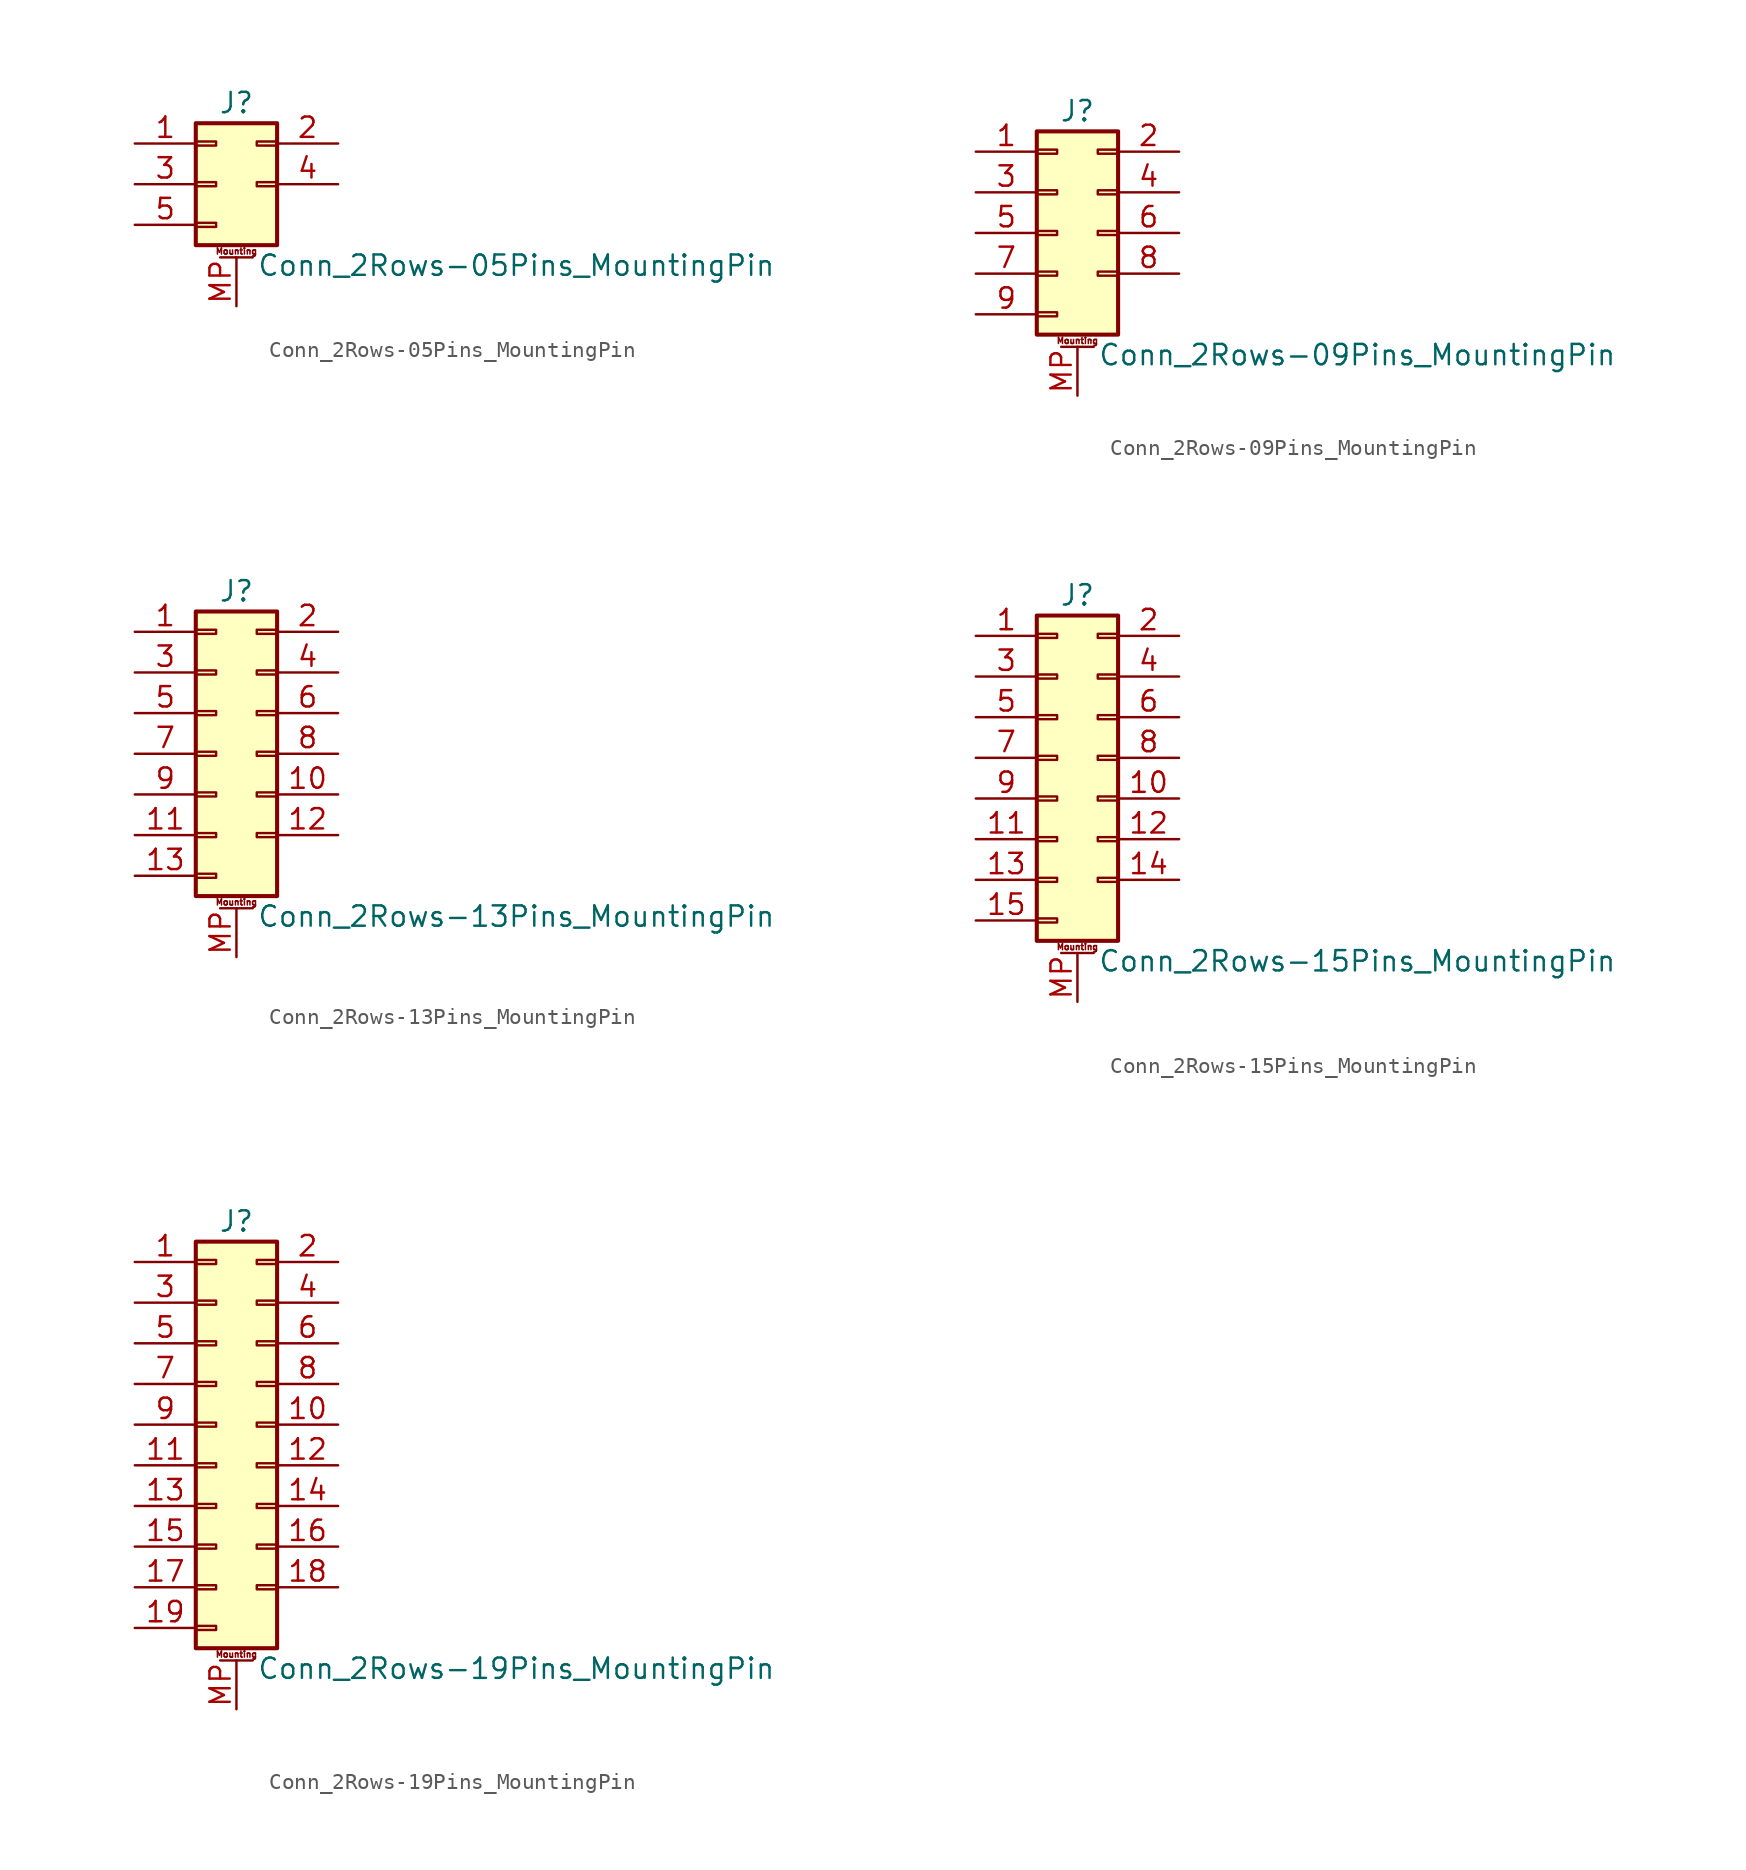
<source format=kicad_sym>
(kicad_symbol_lib
  (version 20201005)
  (generator kicad_symbol_editor)
  (symbol "Conn_2Rows-05Pins_MountingPin"
    (pin_names
      (offset 1.016) hide)
    (property "Reference" "J"
      (at 1.27 5.08 0)
      (effects (font (size 1.27 1.27))))
    (property "Value" "Conn_2Rows-05Pins_MountingPin"
      (at 2.54 -5.08 0)
      (effects (font (size 1.27 1.27)) (justify left)))
    (symbol "Conn_2Rows-05Pins_MountingPin_1_1"
      (text "Mounting" (at 1.27 -4.191 0) (effects (font (size 0.381 0.381))))
      (rectangle (start -1.27 -2.413) (end 0 -2.667) (stroke (width 0.152)) (fill (type none)))
      (rectangle (start -1.27 0.127) (end 0 -0.127) (stroke (width 0.152)) (fill (type none)))
      (rectangle (start -1.27 2.667) (end 0 2.413) (stroke (width 0.152)) (fill (type none)))
      (rectangle (start -1.27 3.81) (end 3.81 -3.81) (stroke (width 0.254)) (fill (type background)))
      (rectangle (start 3.81 0.127) (end 2.54 -0.127) (stroke (width 0.152)) (fill (type none)))
      (rectangle (start 3.81 2.667) (end 2.54 2.413) (stroke (width 0.152)) (fill (type none)))
      (polyline (pts (xy 0.254 -4.572) (xy 2.286 -4.572)) (stroke (width 0.152)) (fill (type none)))
      (pin passive line (at -5.08 2.54 0) (length 3.81) (name "Pin_1" (effects (font (size 1.27 1.27)))) (number "1" (effects (font (size 1.27 1.27)))))
      (pin passive line (at 7.62 2.54 180) (length 3.81) (name "Pin_2" (effects (font (size 1.27 1.27)))) (number "2" (effects (font (size 1.27 1.27)))))
      (pin passive line (at -5.08 0 0) (length 3.81) (name "Pin_3" (effects (font (size 1.27 1.27)))) (number "3" (effects (font (size 1.27 1.27)))))
      (pin passive line (at 7.62 0 180) (length 3.81) (name "Pin_4" (effects (font (size 1.27 1.27)))) (number "4" (effects (font (size 1.27 1.27)))))
      (pin passive line (at -5.08 -2.54 0) (length 3.81) (name "Pin_5" (effects (font (size 1.27 1.27)))) (number "5" (effects (font (size 1.27 1.27)))))
      (pin passive line (at 1.27 -7.62 90) (length 3.048) (name "MountPin" (effects (font (size 1.27 1.27)))) (number "MP" (effects (font (size 1.27 1.27)))))))
  (symbol "Conn_2Rows-09Pins_MountingPin"
    (pin_names
      (offset 1.016) hide)
    (property "Reference" "J"
      (at 1.27 7.62 0)
      (effects (font (size 1.27 1.27))))
    (property "Value" "Conn_2Rows-09Pins_MountingPin"
      (at 2.54 -7.62 0)
      (effects (font (size 1.27 1.27)) (justify left)))
    (symbol "Conn_2Rows-09Pins_MountingPin_1_1"
      (text "Mounting" (at 1.27 -6.731 0) (effects (font (size 0.381 0.381))))
      (rectangle (start -1.27 -4.953) (end 0 -5.207) (stroke (width 0.152)) (fill (type none)))
      (rectangle (start -1.27 -2.413) (end 0 -2.667) (stroke (width 0.152)) (fill (type none)))
      (rectangle (start -1.27 0.127) (end 0 -0.127) (stroke (width 0.152)) (fill (type none)))
      (rectangle (start -1.27 2.667) (end 0 2.413) (stroke (width 0.152)) (fill (type none)))
      (rectangle (start -1.27 5.207) (end 0 4.953) (stroke (width 0.152)) (fill (type none)))
      (rectangle (start -1.27 6.35) (end 3.81 -6.35) (stroke (width 0.254)) (fill (type background)))
      (rectangle (start 3.81 -2.413) (end 2.54 -2.667) (stroke (width 0.152)) (fill (type none)))
      (rectangle (start 3.81 0.127) (end 2.54 -0.127) (stroke (width 0.152)) (fill (type none)))
      (rectangle (start 3.81 2.667) (end 2.54 2.413) (stroke (width 0.152)) (fill (type none)))
      (rectangle (start 3.81 5.207) (end 2.54 4.953) (stroke (width 0.152)) (fill (type none)))
      (polyline (pts (xy 0.254 -7.112) (xy 2.286 -7.112)) (stroke (width 0.152)) (fill (type none)))
      (pin passive line (at -5.08 5.08 0) (length 3.81) (name "Pin_1" (effects (font (size 1.27 1.27)))) (number "1" (effects (font (size 1.27 1.27)))))
      (pin passive line (at 7.62 5.08 180) (length 3.81) (name "Pin_2" (effects (font (size 1.27 1.27)))) (number "2" (effects (font (size 1.27 1.27)))))
      (pin passive line (at -5.08 2.54 0) (length 3.81) (name "Pin_3" (effects (font (size 1.27 1.27)))) (number "3" (effects (font (size 1.27 1.27)))))
      (pin passive line (at 7.62 2.54 180) (length 3.81) (name "Pin_4" (effects (font (size 1.27 1.27)))) (number "4" (effects (font (size 1.27 1.27)))))
      (pin passive line (at -5.08 0 0) (length 3.81) (name "Pin_5" (effects (font (size 1.27 1.27)))) (number "5" (effects (font (size 1.27 1.27)))))
      (pin passive line (at 7.62 0 180) (length 3.81) (name "Pin_6" (effects (font (size 1.27 1.27)))) (number "6" (effects (font (size 1.27 1.27)))))
      (pin passive line (at -5.08 -2.54 0) (length 3.81) (name "Pin_7" (effects (font (size 1.27 1.27)))) (number "7" (effects (font (size 1.27 1.27)))))
      (pin passive line (at 7.62 -2.54 180) (length 3.81) (name "Pin_8" (effects (font (size 1.27 1.27)))) (number "8" (effects (font (size 1.27 1.27)))))
      (pin passive line (at -5.08 -5.08 0) (length 3.81) (name "Pin_9" (effects (font (size 1.27 1.27)))) (number "9" (effects (font (size 1.27 1.27)))))
      (pin passive line (at 1.27 -10.16 90) (length 3.048) (name "MountPin" (effects (font (size 1.27 1.27)))) (number "MP" (effects (font (size 1.27 1.27)))))))
  (symbol "Conn_2Rows-13Pins_MountingPin"
    (pin_names
      (offset 1.016) hide)
    (property "Reference" "J"
      (at 1.27 10.16 0)
      (effects (font (size 1.27 1.27))))
    (property "Value" "Conn_2Rows-13Pins_MountingPin"
      (at 2.54 -10.16 0)
      (effects (font (size 1.27 1.27)) (justify left)))
    (symbol "Conn_2Rows-13Pins_MountingPin_1_1"
      (text "Mounting" (at 1.27 -9.271 0) (effects (font (size 0.381 0.381))))
      (rectangle (start -1.27 -7.493) (end 0 -7.747) (stroke (width 0.152)) (fill (type none)))
      (rectangle (start -1.27 -4.953) (end 0 -5.207) (stroke (width 0.152)) (fill (type none)))
      (rectangle (start -1.27 -2.413) (end 0 -2.667) (stroke (width 0.152)) (fill (type none)))
      (rectangle (start -1.27 0.127) (end 0 -0.127) (stroke (width 0.152)) (fill (type none)))
      (rectangle (start -1.27 2.667) (end 0 2.413) (stroke (width 0.152)) (fill (type none)))
      (rectangle (start -1.27 5.207) (end 0 4.953) (stroke (width 0.152)) (fill (type none)))
      (rectangle (start -1.27 7.747) (end 0 7.493) (stroke (width 0.152)) (fill (type none)))
      (rectangle (start -1.27 8.89) (end 3.81 -8.89) (stroke (width 0.254)) (fill (type background)))
      (rectangle (start 3.81 -4.953) (end 2.54 -5.207) (stroke (width 0.152)) (fill (type none)))
      (rectangle (start 3.81 -2.413) (end 2.54 -2.667) (stroke (width 0.152)) (fill (type none)))
      (rectangle (start 3.81 0.127) (end 2.54 -0.127) (stroke (width 0.152)) (fill (type none)))
      (rectangle (start 3.81 2.667) (end 2.54 2.413) (stroke (width 0.152)) (fill (type none)))
      (rectangle (start 3.81 5.207) (end 2.54 4.953) (stroke (width 0.152)) (fill (type none)))
      (rectangle (start 3.81 7.747) (end 2.54 7.493) (stroke (width 0.152)) (fill (type none)))
      (polyline (pts (xy 0.254 -9.652) (xy 2.286 -9.652)) (stroke (width 0.152)) (fill (type none)))
      (pin passive line (at -5.08 7.62 0) (length 3.81) (name "Pin_1" (effects (font (size 1.27 1.27)))) (number "1" (effects (font (size 1.27 1.27)))))
      (pin passive line (at 7.62 -2.54 180) (length 3.81) (name "Pin_10" (effects (font (size 1.27 1.27)))) (number "10" (effects (font (size 1.27 1.27)))))
      (pin passive line (at -5.08 -5.08 0) (length 3.81) (name "Pin_11" (effects (font (size 1.27 1.27)))) (number "11" (effects (font (size 1.27 1.27)))))
      (pin passive line (at 7.62 -5.08 180) (length 3.81) (name "Pin_12" (effects (font (size 1.27 1.27)))) (number "12" (effects (font (size 1.27 1.27)))))
      (pin passive line (at -5.08 -7.62 0) (length 3.81) (name "Pin_13" (effects (font (size 1.27 1.27)))) (number "13" (effects (font (size 1.27 1.27)))))
      (pin passive line (at 7.62 7.62 180) (length 3.81) (name "Pin_2" (effects (font (size 1.27 1.27)))) (number "2" (effects (font (size 1.27 1.27)))))
      (pin passive line (at -5.08 5.08 0) (length 3.81) (name "Pin_3" (effects (font (size 1.27 1.27)))) (number "3" (effects (font (size 1.27 1.27)))))
      (pin passive line (at 7.62 5.08 180) (length 3.81) (name "Pin_4" (effects (font (size 1.27 1.27)))) (number "4" (effects (font (size 1.27 1.27)))))
      (pin passive line (at -5.08 2.54 0) (length 3.81) (name "Pin_5" (effects (font (size 1.27 1.27)))) (number "5" (effects (font (size 1.27 1.27)))))
      (pin passive line (at 7.62 2.54 180) (length 3.81) (name "Pin_6" (effects (font (size 1.27 1.27)))) (number "6" (effects (font (size 1.27 1.27)))))
      (pin passive line (at -5.08 0 0) (length 3.81) (name "Pin_7" (effects (font (size 1.27 1.27)))) (number "7" (effects (font (size 1.27 1.27)))))
      (pin passive line (at 7.62 0 180) (length 3.81) (name "Pin_8" (effects (font (size 1.27 1.27)))) (number "8" (effects (font (size 1.27 1.27)))))
      (pin passive line (at -5.08 -2.54 0) (length 3.81) (name "Pin_9" (effects (font (size 1.27 1.27)))) (number "9" (effects (font (size 1.27 1.27)))))
      (pin passive line (at 1.27 -12.7 90) (length 3.048) (name "MountPin" (effects (font (size 1.27 1.27)))) (number "MP" (effects (font (size 1.27 1.27)))))))
  (symbol "Conn_2Rows-15Pins_MountingPin"
    (pin_names
      (offset 1.016) hide)
    (property "Reference" "J"
      (at 1.27 10.16 0)
      (effects (font (size 1.27 1.27))))
    (property "Value" "Conn_2Rows-15Pins_MountingPin"
      (at 2.54 -12.7 0)
      (effects (font (size 1.27 1.27)) (justify left)))
    (symbol "Conn_2Rows-15Pins_MountingPin_1_1"
      (text "Mounting" (at 1.27 -11.811 0) (effects (font (size 0.381 0.381))))
      (rectangle (start -1.27 -10.033) (end 0 -10.287) (stroke (width 0.152)) (fill (type none)))
      (rectangle (start -1.27 -7.493) (end 0 -7.747) (stroke (width 0.152)) (fill (type none)))
      (rectangle (start -1.27 -4.953) (end 0 -5.207) (stroke (width 0.152)) (fill (type none)))
      (rectangle (start -1.27 -2.413) (end 0 -2.667) (stroke (width 0.152)) (fill (type none)))
      (rectangle (start -1.27 0.127) (end 0 -0.127) (stroke (width 0.152)) (fill (type none)))
      (rectangle (start -1.27 2.667) (end 0 2.413) (stroke (width 0.152)) (fill (type none)))
      (rectangle (start -1.27 5.207) (end 0 4.953) (stroke (width 0.152)) (fill (type none)))
      (rectangle (start -1.27 7.747) (end 0 7.493) (stroke (width 0.152)) (fill (type none)))
      (rectangle (start -1.27 8.89) (end 3.81 -11.43) (stroke (width 0.254)) (fill (type background)))
      (rectangle (start 3.81 -7.493) (end 2.54 -7.747) (stroke (width 0.152)) (fill (type none)))
      (rectangle (start 3.81 -4.953) (end 2.54 -5.207) (stroke (width 0.152)) (fill (type none)))
      (rectangle (start 3.81 -2.413) (end 2.54 -2.667) (stroke (width 0.152)) (fill (type none)))
      (rectangle (start 3.81 0.127) (end 2.54 -0.127) (stroke (width 0.152)) (fill (type none)))
      (rectangle (start 3.81 2.667) (end 2.54 2.413) (stroke (width 0.152)) (fill (type none)))
      (rectangle (start 3.81 5.207) (end 2.54 4.953) (stroke (width 0.152)) (fill (type none)))
      (rectangle (start 3.81 7.747) (end 2.54 7.493) (stroke (width 0.152)) (fill (type none)))
      (polyline (pts (xy 0.254 -12.192) (xy 2.286 -12.192)) (stroke (width 0.152)) (fill (type none)))
      (pin passive line (at -5.08 7.62 0) (length 3.81) (name "Pin_1" (effects (font (size 1.27 1.27)))) (number "1" (effects (font (size 1.27 1.27)))))
      (pin passive line (at 7.62 -2.54 180) (length 3.81) (name "Pin_10" (effects (font (size 1.27 1.27)))) (number "10" (effects (font (size 1.27 1.27)))))
      (pin passive line (at -5.08 -5.08 0) (length 3.81) (name "Pin_11" (effects (font (size 1.27 1.27)))) (number "11" (effects (font (size 1.27 1.27)))))
      (pin passive line (at 7.62 -5.08 180) (length 3.81) (name "Pin_12" (effects (font (size 1.27 1.27)))) (number "12" (effects (font (size 1.27 1.27)))))
      (pin passive line (at -5.08 -7.62 0) (length 3.81) (name "Pin_13" (effects (font (size 1.27 1.27)))) (number "13" (effects (font (size 1.27 1.27)))))
      (pin passive line (at 7.62 -7.62 180) (length 3.81) (name "Pin_14" (effects (font (size 1.27 1.27)))) (number "14" (effects (font (size 1.27 1.27)))))
      (pin passive line (at -5.08 -10.16 0) (length 3.81) (name "Pin_15" (effects (font (size 1.27 1.27)))) (number "15" (effects (font (size 1.27 1.27)))))
      (pin passive line (at 7.62 7.62 180) (length 3.81) (name "Pin_2" (effects (font (size 1.27 1.27)))) (number "2" (effects (font (size 1.27 1.27)))))
      (pin passive line (at -5.08 5.08 0) (length 3.81) (name "Pin_3" (effects (font (size 1.27 1.27)))) (number "3" (effects (font (size 1.27 1.27)))))
      (pin passive line (at 7.62 5.08 180) (length 3.81) (name "Pin_4" (effects (font (size 1.27 1.27)))) (number "4" (effects (font (size 1.27 1.27)))))
      (pin passive line (at -5.08 2.54 0) (length 3.81) (name "Pin_5" (effects (font (size 1.27 1.27)))) (number "5" (effects (font (size 1.27 1.27)))))
      (pin passive line (at 7.62 2.54 180) (length 3.81) (name "Pin_6" (effects (font (size 1.27 1.27)))) (number "6" (effects (font (size 1.27 1.27)))))
      (pin passive line (at -5.08 0 0) (length 3.81) (name "Pin_7" (effects (font (size 1.27 1.27)))) (number "7" (effects (font (size 1.27 1.27)))))
      (pin passive line (at 7.62 0 180) (length 3.81) (name "Pin_8" (effects (font (size 1.27 1.27)))) (number "8" (effects (font (size 1.27 1.27)))))
      (pin passive line (at -5.08 -2.54 0) (length 3.81) (name "Pin_9" (effects (font (size 1.27 1.27)))) (number "9" (effects (font (size 1.27 1.27)))))
      (pin passive line (at 1.27 -15.24 90) (length 3.048) (name "MountPin" (effects (font (size 1.27 1.27)))) (number "MP" (effects (font (size 1.27 1.27)))))))
  (symbol "Conn_2Rows-19Pins_MountingPin"
    (pin_names
      (offset 1.016) hide)
    (property "Reference" "J"
      (at 1.27 12.7 0)
      (effects (font (size 1.27 1.27))))
    (property "Value" "Conn_2Rows-19Pins_MountingPin"
      (at 2.54 -15.24 0)
      (effects (font (size 1.27 1.27)) (justify left)))
    (symbol "Conn_2Rows-19Pins_MountingPin_1_1"
      (text "Mounting" (at 1.27 -14.351 0) (effects (font (size 0.381 0.381))))
      (rectangle (start -1.27 -12.573) (end 0 -12.827) (stroke (width 0.152)) (fill (type none)))
      (rectangle (start -1.27 -10.033) (end 0 -10.287) (stroke (width 0.152)) (fill (type none)))
      (rectangle (start -1.27 -7.493) (end 0 -7.747) (stroke (width 0.152)) (fill (type none)))
      (rectangle (start -1.27 -4.953) (end 0 -5.207) (stroke (width 0.152)) (fill (type none)))
      (rectangle (start -1.27 -2.413) (end 0 -2.667) (stroke (width 0.152)) (fill (type none)))
      (rectangle (start -1.27 0.127) (end 0 -0.127) (stroke (width 0.152)) (fill (type none)))
      (rectangle (start -1.27 2.667) (end 0 2.413) (stroke (width 0.152)) (fill (type none)))
      (rectangle (start -1.27 5.207) (end 0 4.953) (stroke (width 0.152)) (fill (type none)))
      (rectangle (start -1.27 7.747) (end 0 7.493) (stroke (width 0.152)) (fill (type none)))
      (rectangle (start -1.27 10.287) (end 0 10.033) (stroke (width 0.152)) (fill (type none)))
      (rectangle (start -1.27 11.43) (end 3.81 -13.97) (stroke (width 0.254)) (fill (type background)))
      (rectangle (start 3.81 -10.033) (end 2.54 -10.287) (stroke (width 0.152)) (fill (type none)))
      (rectangle (start 3.81 -7.493) (end 2.54 -7.747) (stroke (width 0.152)) (fill (type none)))
      (rectangle (start 3.81 -4.953) (end 2.54 -5.207) (stroke (width 0.152)) (fill (type none)))
      (rectangle (start 3.81 -2.413) (end 2.54 -2.667) (stroke (width 0.152)) (fill (type none)))
      (rectangle (start 3.81 0.127) (end 2.54 -0.127) (stroke (width 0.152)) (fill (type none)))
      (rectangle (start 3.81 2.667) (end 2.54 2.413) (stroke (width 0.152)) (fill (type none)))
      (rectangle (start 3.81 5.207) (end 2.54 4.953) (stroke (width 0.152)) (fill (type none)))
      (rectangle (start 3.81 7.747) (end 2.54 7.493) (stroke (width 0.152)) (fill (type none)))
      (rectangle (start 3.81 10.287) (end 2.54 10.033) (stroke (width 0.152)) (fill (type none)))
      (polyline (pts (xy 0.254 -14.732) (xy 2.286 -14.732)) (stroke (width 0.152)) (fill (type none)))
      (pin passive line (at -5.08 10.16 0) (length 3.81) (name "Pin_1" (effects (font (size 1.27 1.27)))) (number "1" (effects (font (size 1.27 1.27)))))
      (pin passive line (at 7.62 0 180) (length 3.81) (name "Pin_10" (effects (font (size 1.27 1.27)))) (number "10" (effects (font (size 1.27 1.27)))))
      (pin passive line (at -5.08 -2.54 0) (length 3.81) (name "Pin_11" (effects (font (size 1.27 1.27)))) (number "11" (effects (font (size 1.27 1.27)))))
      (pin passive line (at 7.62 -2.54 180) (length 3.81) (name "Pin_12" (effects (font (size 1.27 1.27)))) (number "12" (effects (font (size 1.27 1.27)))))
      (pin passive line (at -5.08 -5.08 0) (length 3.81) (name "Pin_13" (effects (font (size 1.27 1.27)))) (number "13" (effects (font (size 1.27 1.27)))))
      (pin passive line (at 7.62 -5.08 180) (length 3.81) (name "Pin_14" (effects (font (size 1.27 1.27)))) (number "14" (effects (font (size 1.27 1.27)))))
      (pin passive line (at -5.08 -7.62 0) (length 3.81) (name "Pin_15" (effects (font (size 1.27 1.27)))) (number "15" (effects (font (size 1.27 1.27)))))
      (pin passive line (at 7.62 -7.62 180) (length 3.81) (name "Pin_16" (effects (font (size 1.27 1.27)))) (number "16" (effects (font (size 1.27 1.27)))))
      (pin passive line (at -5.08 -10.16 0) (length 3.81) (name "Pin_17" (effects (font (size 1.27 1.27)))) (number "17" (effects (font (size 1.27 1.27)))))
      (pin passive line (at 7.62 -10.16 180) (length 3.81) (name "Pin_18" (effects (font (size 1.27 1.27)))) (number "18" (effects (font (size 1.27 1.27)))))
      (pin passive line (at -5.08 -12.7 0) (length 3.81) (name "Pin_19" (effects (font (size 1.27 1.27)))) (number "19" (effects (font (size 1.27 1.27)))))
      (pin passive line (at 7.62 10.16 180) (length 3.81) (name "Pin_2" (effects (font (size 1.27 1.27)))) (number "2" (effects (font (size 1.27 1.27)))))
      (pin passive line (at -5.08 7.62 0) (length 3.81) (name "Pin_3" (effects (font (size 1.27 1.27)))) (number "3" (effects (font (size 1.27 1.27)))))
      (pin passive line (at 7.62 7.62 180) (length 3.81) (name "Pin_4" (effects (font (size 1.27 1.27)))) (number "4" (effects (font (size 1.27 1.27)))))
      (pin passive line (at -5.08 5.08 0) (length 3.81) (name "Pin_5" (effects (font (size 1.27 1.27)))) (number "5" (effects (font (size 1.27 1.27)))))
      (pin passive line (at 7.62 5.08 180) (length 3.81) (name "Pin_6" (effects (font (size 1.27 1.27)))) (number "6" (effects (font (size 1.27 1.27)))))
      (pin passive line (at -5.08 2.54 0) (length 3.81) (name "Pin_7" (effects (font (size 1.27 1.27)))) (number "7" (effects (font (size 1.27 1.27)))))
      (pin passive line (at 7.62 2.54 180) (length 3.81) (name "Pin_8" (effects (font (size 1.27 1.27)))) (number "8" (effects (font (size 1.27 1.27)))))
      (pin passive line (at -5.08 0 0) (length 3.81) (name "Pin_9" (effects (font (size 1.27 1.27)))) (number "9" (effects (font (size 1.27 1.27)))))
      (pin passive line (at 1.27 -17.78 90) (length 3.048) (name "MountPin" (effects (font (size 1.27 1.27)))) (number "MP" (effects (font (size 1.27 1.27))))))))
</source>
